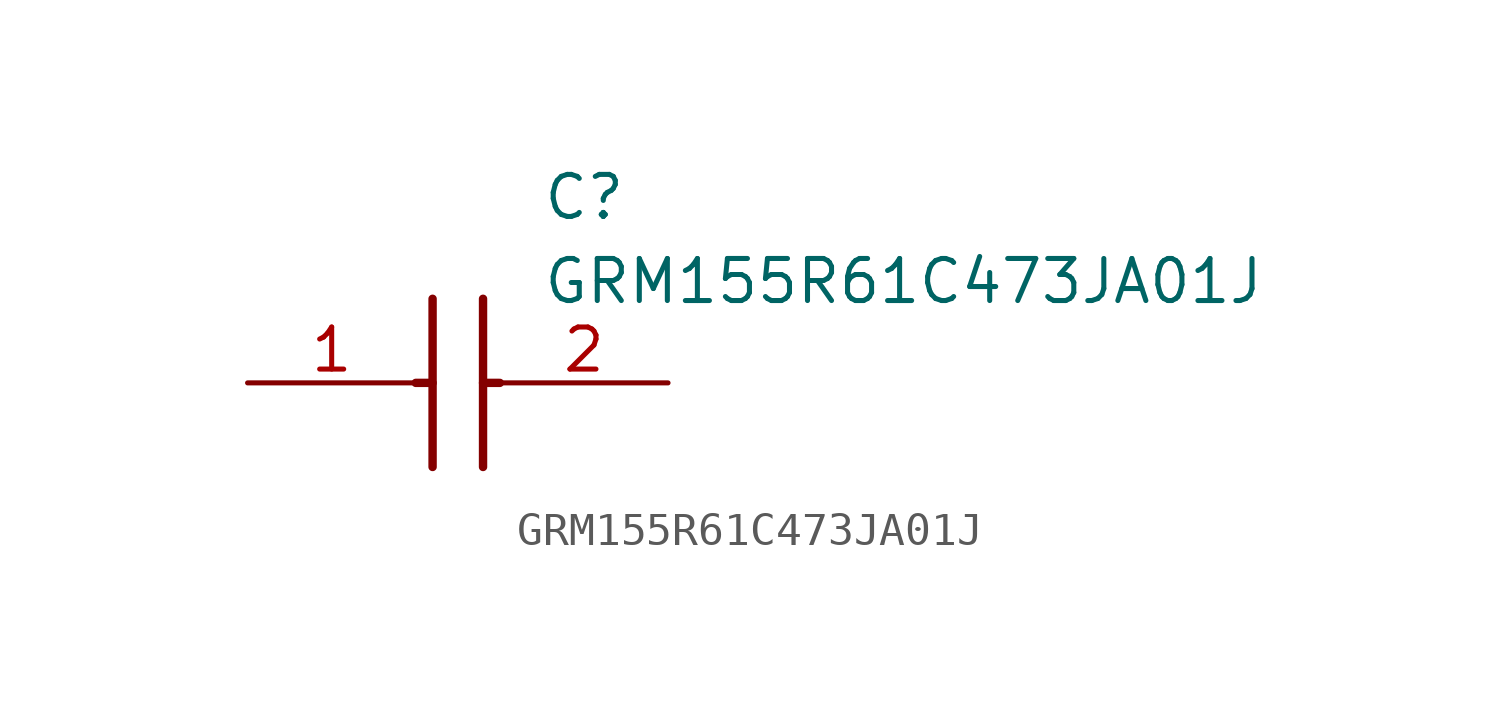
<source format=kicad_sym>
(kicad_symbol_lib
  (version 20211014)
  (generator SamacSys_ECAD_Model)
  (symbol "GRM155R61C473JA01J"
    (pin_names hide)
    (property "Reference" "C"
      (at 8.89 6.35 0)
      (effects (font (size 1.27 1.27)) (justify left top)))
    (property "Value" "GRM155R61C473JA01J"
      (at 8.89 3.81 0)
      (effects (font (size 1.27 1.27)) (justify left top)))
    (polyline
      (pts (xy 5.588 2.54) (xy 5.588 -2.54))
      (stroke (width 0.254) (type default))
      (fill (type none)))
    (polyline
      (pts (xy 7.112 2.54) (xy 7.112 -2.54))
      (stroke (width 0.254) (type default))
      (fill (type none)))
    (polyline
      (pts (xy 5.08 0) (xy 5.588 0))
      (stroke (width 0.254) (type default))
      (fill (type none)))
    (polyline
      (pts (xy 7.112 0) (xy 7.62 0))
      (stroke (width 0.254) (type default))
      (fill (type none)))
    (pin passive line
      (at 0 0 0)
      (length 5.08)
      (name "1" (effects (font (size 1.27 1.27))))
      (number "1" (effects (font (size 1.27 1.27)))))
    (pin passive line
      (at 12.7 0 180)
      (length 5.08)
      (name "2" (effects (font (size 1.27 1.27))))
      (number "2" (effects (font (size 1.27 1.27)))))))
</source>
